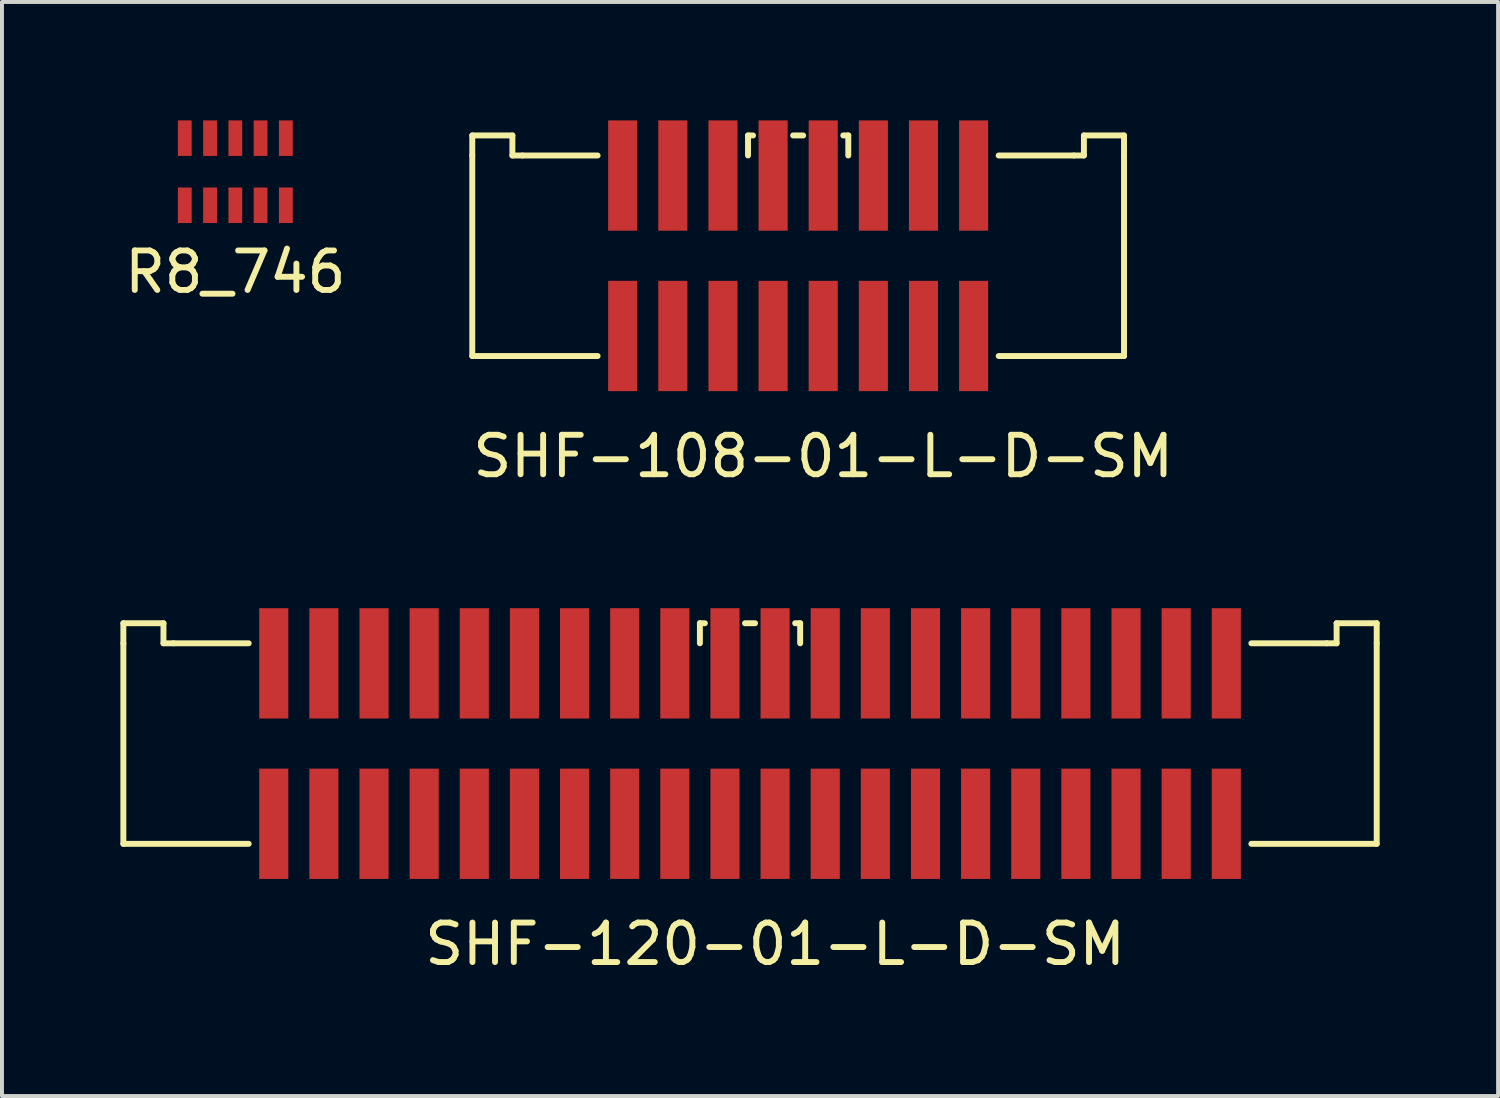
<source format=kicad_pcb>
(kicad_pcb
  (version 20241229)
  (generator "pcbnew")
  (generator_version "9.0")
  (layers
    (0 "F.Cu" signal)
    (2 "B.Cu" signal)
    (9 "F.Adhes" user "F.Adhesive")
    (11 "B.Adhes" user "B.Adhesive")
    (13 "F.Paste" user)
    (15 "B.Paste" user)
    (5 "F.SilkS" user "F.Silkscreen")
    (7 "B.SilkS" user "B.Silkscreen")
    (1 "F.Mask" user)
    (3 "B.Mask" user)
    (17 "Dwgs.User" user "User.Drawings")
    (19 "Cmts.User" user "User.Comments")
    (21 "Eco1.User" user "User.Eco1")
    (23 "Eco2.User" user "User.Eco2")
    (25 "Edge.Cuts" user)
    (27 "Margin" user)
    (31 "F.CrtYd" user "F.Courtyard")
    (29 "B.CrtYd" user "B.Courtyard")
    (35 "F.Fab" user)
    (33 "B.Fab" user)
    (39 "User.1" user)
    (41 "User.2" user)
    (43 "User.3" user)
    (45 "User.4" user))
  (footprint "SHF-120-01-L-D-SM"
    (layer "F.Cu")
    (at 15.95 15.786)
    (property "Reference" "SHF-120-01-L-D-SM" (at 0.635 5.08 0) (layer "F.SilkS") (effects (font (size 1 1) (thickness 0.15))))
    (attr smd)
    (fp_line (start -15.875 -3.048) (end -15.875 -2.54) (stroke (width 0.15) (type solid)) (layer "F.SilkS"))
    (fp_line (start -15.875 -3.048) (end -14.859 -3.048) (stroke (width 0.15) (type solid)) (layer "F.SilkS"))
    (fp_line (start -15.875 -2.54) (end -15.875 2.54) (stroke (width 0.15) (type solid)) (layer "F.SilkS"))
    (fp_line (start -15.875 2.54) (end -12.7 2.54) (stroke (width 0.15) (type solid)) (layer "F.SilkS"))
    (fp_line (start -14.859 -3.048) (end -14.859 -2.54) (stroke (width 0.15) (type solid)) (layer "F.SilkS"))
    (fp_line (start -14.605 -2.54) (end -14.859 -2.54) (stroke (width 0.15) (type solid)) (layer "F.SilkS"))
    (fp_line (start -12.7 -2.54) (end -14.605 -2.54) (stroke (width 0.15) (type solid)) (layer "F.SilkS"))
    (fp_line (start -1.27 -2.54) (end -1.27 -3.048) (stroke (width 0.15) (type solid)) (layer "F.SilkS"))
    (fp_line (start -1.143 -3.048) (end -1.27 -3.048) (stroke (width 0.15) (type solid)) (layer "F.SilkS"))
    (fp_line (start -0.127 -3.048) (end 0.127 -3.048) (stroke (width 0.15) (type solid)) (layer "F.SilkS"))
    (fp_line (start 1.143 -3.048) (end 1.27 -3.048) (stroke (width 0.15) (type solid)) (layer "F.SilkS"))
    (fp_line (start 1.27 -3.048) (end 1.27 -2.54) (stroke (width 0.15) (type solid)) (layer "F.SilkS"))
    (fp_line (start 12.7 -2.54) (end 14.605 -2.54) (stroke (width 0.15) (type solid)) (layer "F.SilkS"))
    (fp_line (start 14.605 -2.54) (end 14.859 -2.54) (stroke (width 0.15) (type solid)) (layer "F.SilkS"))
    (fp_line (start 14.859 -3.048) (end 14.859 -2.54) (stroke (width 0.15) (type solid)) (layer "F.SilkS"))
    (fp_line (start 15.875 -3.048) (end 14.859 -3.048) (stroke (width 0.15) (type solid)) (layer "F.SilkS"))
    (fp_line (start 15.875 -3.048) (end 15.875 -2.54) (stroke (width 0.15) (type solid)) (layer "F.SilkS"))
    (fp_line (start 15.875 -2.54) (end 15.875 2.54) (stroke (width 0.15) (type solid)) (layer "F.SilkS"))
    (fp_line (start 15.875 2.54) (end 12.7 2.54) (stroke (width 0.15) (type solid)) (layer "F.SilkS"))
    (pad "1" smd rect (at -12.065 2.032) (size 0.737 2.794) (layers "F.Cu" "F.Mask" "F.Paste"))
    (pad "2" smd rect (at -12.065 -2.032) (size 0.737 2.794) (layers "F.Cu" "F.Mask" "F.Paste"))
    (pad "3" smd rect (at -10.795 2.032) (size 0.737 2.794) (layers "F.Cu" "F.Mask" "F.Paste"))
    (pad "4" smd rect (at -10.795 -2.032) (size 0.737 2.794) (layers "F.Cu" "F.Mask" "F.Paste"))
    (pad "5" smd rect (at -9.525 2.032) (size 0.737 2.794) (layers "F.Cu" "F.Mask" "F.Paste"))
    (pad "6" smd rect (at -9.525 -2.032) (size 0.737 2.794) (layers "F.Cu" "F.Mask" "F.Paste"))
    (pad "7" smd rect (at -8.255 2.032) (size 0.737 2.794) (layers "F.Cu" "F.Mask" "F.Paste"))
    (pad "8" smd rect (at -8.255 -2.032) (size 0.737 2.794) (layers "F.Cu" "F.Mask" "F.Paste"))
    (pad "9" smd rect (at -6.985 2.032) (size 0.737 2.794) (layers "F.Cu" "F.Mask" "F.Paste"))
    (pad "10" smd rect (at -6.985 -2.032) (size 0.737 2.794) (layers "F.Cu" "F.Mask" "F.Paste"))
    (pad "11" smd rect (at -5.715 2.032) (size 0.737 2.794) (layers "F.Cu" "F.Mask" "F.Paste"))
    (pad "12" smd rect (at -5.715 -2.032) (size 0.737 2.794) (layers "F.Cu" "F.Mask" "F.Paste"))
    (pad "13" smd rect (at -4.445 2.032) (size 0.737 2.794) (layers "F.Cu" "F.Mask" "F.Paste"))
    (pad "14" smd rect (at -4.445 -2.032) (size 0.737 2.794) (layers "F.Cu" "F.Mask" "F.Paste"))
    (pad "15" smd rect (at -3.175 2.032) (size 0.737 2.794) (layers "F.Cu" "F.Mask" "F.Paste"))
    (pad "16" smd rect (at -3.175 -2.032) (size 0.737 2.794) (layers "F.Cu" "F.Mask" "F.Paste"))
    (pad "17" smd rect (at -1.905 2.032) (size 0.737 2.794) (layers "F.Cu" "F.Mask" "F.Paste"))
    (pad "18" smd rect (at -1.905 -2.032) (size 0.737 2.794) (layers "F.Cu" "F.Mask" "F.Paste"))
    (pad "19" smd rect (at -0.635 2.032) (size 0.737 2.794) (layers "F.Cu" "F.Mask" "F.Paste"))
    (pad "20" smd rect (at -0.635 -2.032) (size 0.737 2.794) (layers "F.Cu" "F.Mask" "F.Paste"))
    (pad "21" smd rect (at 0.635 2.032) (size 0.737 2.794) (layers "F.Cu" "F.Mask" "F.Paste"))
    (pad "22" smd rect (at 0.635 -2.032) (size 0.737 2.794) (layers "F.Cu" "F.Mask" "F.Paste"))
    (pad "23" smd rect (at 1.905 2.032) (size 0.737 2.794) (layers "F.Cu" "F.Mask" "F.Paste"))
    (pad "24" smd rect (at 1.905 -2.032) (size 0.737 2.794) (layers "F.Cu" "F.Mask" "F.Paste"))
    (pad "25" smd rect (at 3.175 2.032) (size 0.737 2.794) (layers "F.Cu" "F.Mask" "F.Paste"))
    (pad "26" smd rect (at 3.175 -2.032) (size 0.737 2.794) (layers "F.Cu" "F.Mask" "F.Paste"))
    (pad "27" smd rect (at 4.445 2.032) (size 0.737 2.794) (layers "F.Cu" "F.Mask" "F.Paste"))
    (pad "28" smd rect (at 4.445 -2.032) (size 0.737 2.794) (layers "F.Cu" "F.Mask" "F.Paste"))
    (pad "29" smd rect (at 5.715 2.032) (size 0.737 2.794) (layers "F.Cu" "F.Mask" "F.Paste"))
    (pad "30" smd rect (at 5.715 -2.032) (size 0.737 2.794) (layers "F.Cu" "F.Mask" "F.Paste"))
    (pad "31" smd rect (at 6.985 2.032) (size 0.737 2.794) (layers "F.Cu" "F.Mask" "F.Paste"))
    (pad "32" smd rect (at 6.985 -2.032) (size 0.737 2.794) (layers "F.Cu" "F.Mask" "F.Paste"))
    (pad "33" smd rect (at 8.255 2.032) (size 0.737 2.794) (layers "F.Cu" "F.Mask" "F.Paste"))
    (pad "34" smd rect (at 8.255 -2.032) (size 0.737 2.794) (layers "F.Cu" "F.Mask" "F.Paste"))
    (pad "35" smd rect (at 9.525 2.032) (size 0.737 2.794) (layers "F.Cu" "F.Mask" "F.Paste"))
    (pad "36" smd rect (at 9.525 -2.032) (size 0.737 2.794) (layers "F.Cu" "F.Mask" "F.Paste"))
    (pad "37" smd rect (at 10.795 2.032) (size 0.737 2.794) (layers "F.Cu" "F.Mask" "F.Paste"))
    (pad "38" smd rect (at 10.795 -2.032) (size 0.737 2.794) (layers "F.Cu" "F.Mask" "F.Paste"))
    (pad "39" smd rect (at 12.065 2.032) (size 0.737 2.794) (layers "F.Cu" "F.Mask" "F.Paste"))
    (pad "40" smd rect (at 12.065 -2.032) (size 0.737 2.794) (layers "F.Cu" "F.Mask" "F.Paste")))
  (footprint "R8_746"
    (layer "F.Cu")
    (at 2.911 1.3)
    (property "Reference" "R8_746" (at 0 2.54 0) (layer "F.SilkS") (effects (font (size 1 1) (thickness 0.15))))
    (attr through_hole)
    (pad "1" smd rect (at -1.28 0.85) (size 0.35 0.9) (layers "F.Cu" "F.Mask" "F.Paste"))
    (pad "2" smd rect (at -0.64 0.85) (size 0.35 0.9) (layers "F.Cu" "F.Mask" "F.Paste"))
    (pad "3" smd rect (at 0 0.85) (size 0.35 0.9) (layers "F.Cu" "F.Mask" "F.Paste"))
    (pad "4" smd rect (at 0.64 0.85) (size 0.35 0.9) (layers "F.Cu" "F.Mask" "F.Paste"))
    (pad "5" smd rect (at 1.28 0.85) (size 0.35 0.9) (layers "F.Cu" "F.Mask" "F.Paste"))
    (pad "6" smd rect (at 1.28 -0.85) (size 0.35 0.9) (layers "F.Cu" "F.Mask" "F.Paste"))
    (pad "7" smd rect (at 0.64 -0.85) (size 0.35 0.9) (layers "F.Cu" "F.Mask" "F.Paste"))
    (pad "8" smd rect (at 0 -0.85) (size 0.35 0.9) (layers "F.Cu" "F.Mask" "F.Paste"))
    (pad "9" smd rect (at -0.64 -0.85) (size 0.35 0.9) (layers "F.Cu" "F.Mask" "F.Paste"))
    (pad "10" smd rect (at -1.28 -0.85) (size 0.35 0.9) (layers "F.Cu" "F.Mask" "F.Paste")))
  (footprint "SHF-108-01-L-D-SM"
    (layer "F.Cu")
    (at 17.169 3.429)
    (property "Reference" "SHF-108-01-L-D-SM" (at 0.635 5.08 0) (layer "F.SilkS") (effects (font (size 1 1) (thickness 0.15))))
    (attr smd)
    (fp_line (start -8.255 -3.048) (end -8.255 -2.54) (stroke (width 0.15) (type solid)) (layer "F.SilkS"))
    (fp_line (start -8.255 -3.048) (end -7.239 -3.048) (stroke (width 0.15) (type solid)) (layer "F.SilkS"))
    (fp_line (start -8.255 -2.54) (end -8.255 2.54) (stroke (width 0.15) (type solid)) (layer "F.SilkS"))
    (fp_line (start -8.255 2.54) (end -5.08 2.54) (stroke (width 0.15) (type solid)) (layer "F.SilkS"))
    (fp_line (start -7.239 -3.048) (end -7.239 -2.54) (stroke (width 0.15) (type solid)) (layer "F.SilkS"))
    (fp_line (start -6.985 -2.54) (end -7.239 -2.54) (stroke (width 0.15) (type solid)) (layer "F.SilkS"))
    (fp_line (start -5.08 -2.54) (end -6.985 -2.54) (stroke (width 0.15) (type solid)) (layer "F.SilkS"))
    (fp_line (start -1.27 -2.54) (end -1.27 -3.048) (stroke (width 0.15) (type solid)) (layer "F.SilkS"))
    (fp_line (start -1.143 -3.048) (end -1.27 -3.048) (stroke (width 0.15) (type solid)) (layer "F.SilkS"))
    (fp_line (start -0.127 -3.048) (end 0.127 -3.048) (stroke (width 0.15) (type solid)) (layer "F.SilkS"))
    (fp_line (start 1.143 -3.048) (end 1.27 -3.048) (stroke (width 0.15) (type solid)) (layer "F.SilkS"))
    (fp_line (start 1.27 -3.048) (end 1.27 -2.54) (stroke (width 0.15) (type solid)) (layer "F.SilkS"))
    (fp_line (start 5.08 -2.54) (end 6.985 -2.54) (stroke (width 0.15) (type solid)) (layer "F.SilkS"))
    (fp_line (start 6.985 -2.54) (end 7.239 -2.54) (stroke (width 0.15) (type solid)) (layer "F.SilkS"))
    (fp_line (start 7.239 -3.048) (end 7.239 -2.54) (stroke (width 0.15) (type solid)) (layer "F.SilkS"))
    (fp_line (start 8.255 -3.048) (end 7.239 -3.048) (stroke (width 0.15) (type solid)) (layer "F.SilkS"))
    (fp_line (start 8.255 -3.048) (end 8.255 -2.54) (stroke (width 0.15) (type solid)) (layer "F.SilkS"))
    (fp_line (start 8.255 -2.54) (end 8.255 2.54) (stroke (width 0.15) (type solid)) (layer "F.SilkS"))
    (fp_line (start 8.255 2.54) (end 5.08 2.54) (stroke (width 0.15) (type solid)) (layer "F.SilkS"))
    (pad "1" smd rect (at -4.445 2.032) (size 0.737 2.794) (layers "F.Cu" "F.Mask" "F.Paste"))
    (pad "2" smd rect (at -4.445 -2.032) (size 0.737 2.794) (layers "F.Cu" "F.Mask" "F.Paste"))
    (pad "3" smd rect (at -3.175 2.032) (size 0.737 2.794) (layers "F.Cu" "F.Mask" "F.Paste"))
    (pad "4" smd rect (at -3.175 -2.032) (size 0.737 2.794) (layers "F.Cu" "F.Mask" "F.Paste"))
    (pad "5" smd rect (at -1.905 2.032) (size 0.737 2.794) (layers "F.Cu" "F.Mask" "F.Paste"))
    (pad "6" smd rect (at -1.905 -2.032) (size 0.737 2.794) (layers "F.Cu" "F.Mask" "F.Paste"))
    (pad "7" smd rect (at -0.635 2.032) (size 0.737 2.794) (layers "F.Cu" "F.Mask" "F.Paste"))
    (pad "8" smd rect (at -0.635 -2.032) (size 0.737 2.794) (layers "F.Cu" "F.Mask" "F.Paste"))
    (pad "9" smd rect (at 0.635 2.032) (size 0.737 2.794) (layers "F.Cu" "F.Mask" "F.Paste"))
    (pad "10" smd rect (at 0.635 -2.032) (size 0.737 2.794) (layers "F.Cu" "F.Mask" "F.Paste"))
    (pad "11" smd rect (at 1.905 2.032) (size 0.737 2.794) (layers "F.Cu" "F.Mask" "F.Paste"))
    (pad "12" smd rect (at 1.905 -2.032) (size 0.737 2.794) (layers "F.Cu" "F.Mask" "F.Paste"))
    (pad "13" smd rect (at 3.175 2.032) (size 0.737 2.794) (layers "F.Cu" "F.Mask" "F.Paste"))
    (pad "14" smd rect (at 3.175 -2.032) (size 0.737 2.794) (layers "F.Cu" "F.Mask" "F.Paste"))
    (pad "15" smd rect (at 4.445 2.032) (size 0.737 2.794) (layers "F.Cu" "F.Mask" "F.Paste"))
    (pad "16" smd rect (at 4.445 -2.032) (size 0.737 2.794) (layers "F.Cu" "F.Mask" "F.Paste")))
  (gr_rect
    (start -3 -3)
    (end 34.9 24.715)
    (stroke (width 0.1) (type default))
    (fill no)
    (layer "Edge.Cuts")))
</source>
